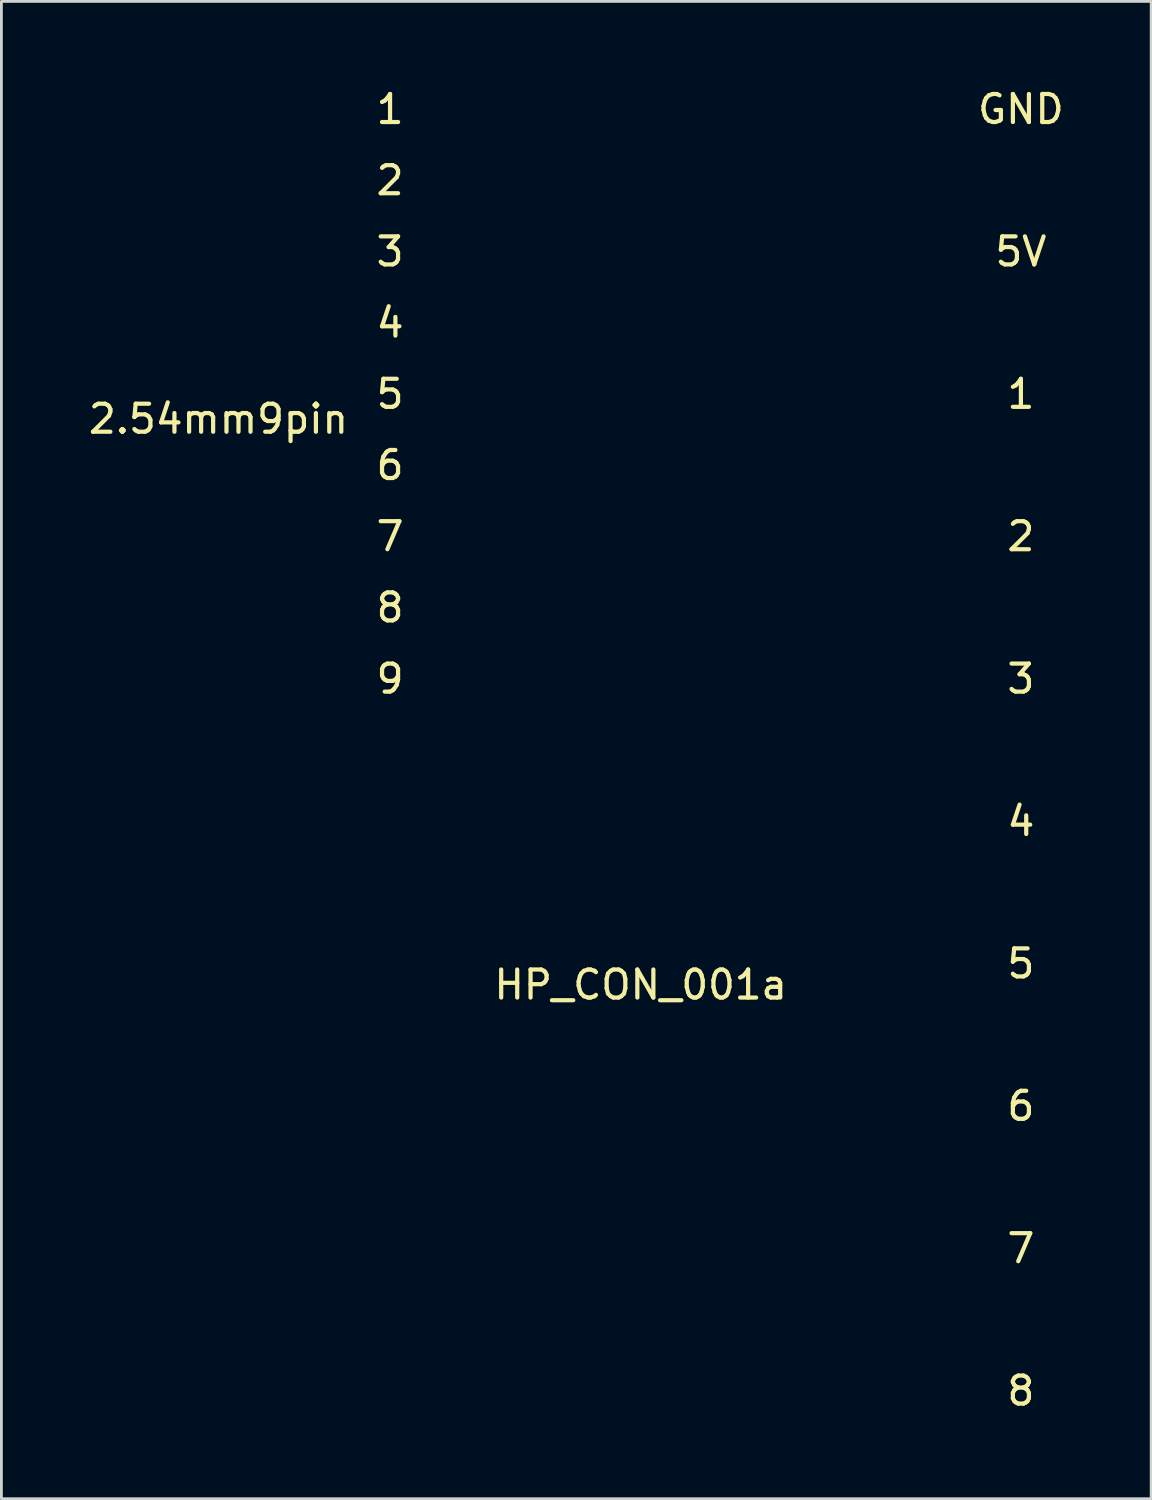
<source format=kicad_pcb>
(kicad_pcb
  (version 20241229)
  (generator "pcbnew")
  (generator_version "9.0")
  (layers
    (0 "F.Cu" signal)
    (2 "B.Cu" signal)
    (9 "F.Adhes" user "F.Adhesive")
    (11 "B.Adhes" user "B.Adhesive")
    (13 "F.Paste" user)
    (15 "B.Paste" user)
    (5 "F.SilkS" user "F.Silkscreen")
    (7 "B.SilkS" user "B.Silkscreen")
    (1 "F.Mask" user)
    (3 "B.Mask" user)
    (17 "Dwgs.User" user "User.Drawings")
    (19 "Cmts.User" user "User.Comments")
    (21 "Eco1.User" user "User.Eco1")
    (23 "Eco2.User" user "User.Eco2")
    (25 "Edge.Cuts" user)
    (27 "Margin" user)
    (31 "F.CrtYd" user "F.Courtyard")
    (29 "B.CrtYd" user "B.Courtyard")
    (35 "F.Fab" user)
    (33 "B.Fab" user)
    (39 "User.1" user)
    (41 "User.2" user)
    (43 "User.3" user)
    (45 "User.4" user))
  (footprint "HP_CON_001a"
    (layer "F.Cu")
    (at 33.37 31.328)
    (property "Reference" "HP_CON_001a" (at -13.564 0.754 0) (layer "F.SilkS") (effects (font (size 1 1) (thickness 0.15))))
    (attr through_hole)
    (fp_text user "5" (at 0 0 0) (layer "F.SilkS") (effects (font (size 1 1) (thickness 0.15))))
    (fp_text user "6" (at 0 5.08 0) (layer "F.SilkS") (effects (font (size 1 1) (thickness 0.15))))
    (fp_text user "7" (at 0 10.16 0) (layer "F.SilkS") (effects (font (size 1 1) (thickness 0.15))))
    (fp_text user "2" (at 0 -15.24 0) (layer "F.SilkS") (effects (font (size 1 1) (thickness 0.15))))
    (fp_text user "5V" (at 0 -25.4 0) (layer "F.SilkS") (effects (font (size 1 1) (thickness 0.15))))
    (fp_text user "4" (at 0 -5.08 0) (layer "F.SilkS") (effects (font (size 1 1) (thickness 0.15))))
    (fp_text user "GND" (at 0 -30.48 0) (layer "F.SilkS") (effects (font (size 1 1) (thickness 0.15))))
    (fp_text user "8" (at 0 15.24 0) (layer "F.SilkS") (effects (font (size 1 1) (thickness 0.15))))
    (fp_text user "3" (at 0 -10.16 0) (layer "F.SilkS") (effects (font (size 1 1) (thickness 0.15))))
    (fp_text user "1" (at 0 -20.32 0) (layer "F.SilkS") (effects (font (size 1 1) (thickness 0.15)))))
  (footprint "2.54mm9pin"
    (layer "F.Cu")
    (at 10.865 11.008)
    (property "Reference" "2.54mm9pin" (at -6.121 0.889 0) (layer "F.SilkS") (effects (font (size 1 1) (thickness 0.15))))
    (attr through_hole)
    (fp_text user "8" (at 0 7.62 0) (layer "F.SilkS") (effects (font (size 1 1) (thickness 0.15))))
    (fp_text user "1" (at 0 -10.16 0) (layer "F.SilkS") (effects (font (size 1 1) (thickness 0.15))))
    (fp_text user "3" (at 0 -5.08 0) (layer "F.SilkS") (effects (font (size 1 1) (thickness 0.15))))
    (fp_text user "2" (at 0 -7.62 0) (layer "F.SilkS") (effects (font (size 1 1) (thickness 0.15))))
    (fp_text user "7" (at 0 5.08 0) (layer "F.SilkS") (effects (font (size 1 1) (thickness 0.15))))
    (fp_text user "5" (at 0 0 0) (layer "F.SilkS") (effects (font (size 1 1) (thickness 0.15))))
    (fp_text user "9" (at 0 10.16 0) (layer "F.SilkS") (effects (font (size 1 1) (thickness 0.15))))
    (fp_text user "4" (at 0 -2.54 0) (layer "F.SilkS") (effects (font (size 1 1) (thickness 0.15))))
    (fp_text user "6" (at 0 2.54 0) (layer "F.SilkS") (effects (font (size 1 1) (thickness 0.15)))))
  (gr_rect
    (start -3 -3)
    (end 38.018 50.416)
    (stroke (width 0.1) (type default))
    (fill no)
    (layer "Edge.Cuts")))
</source>
